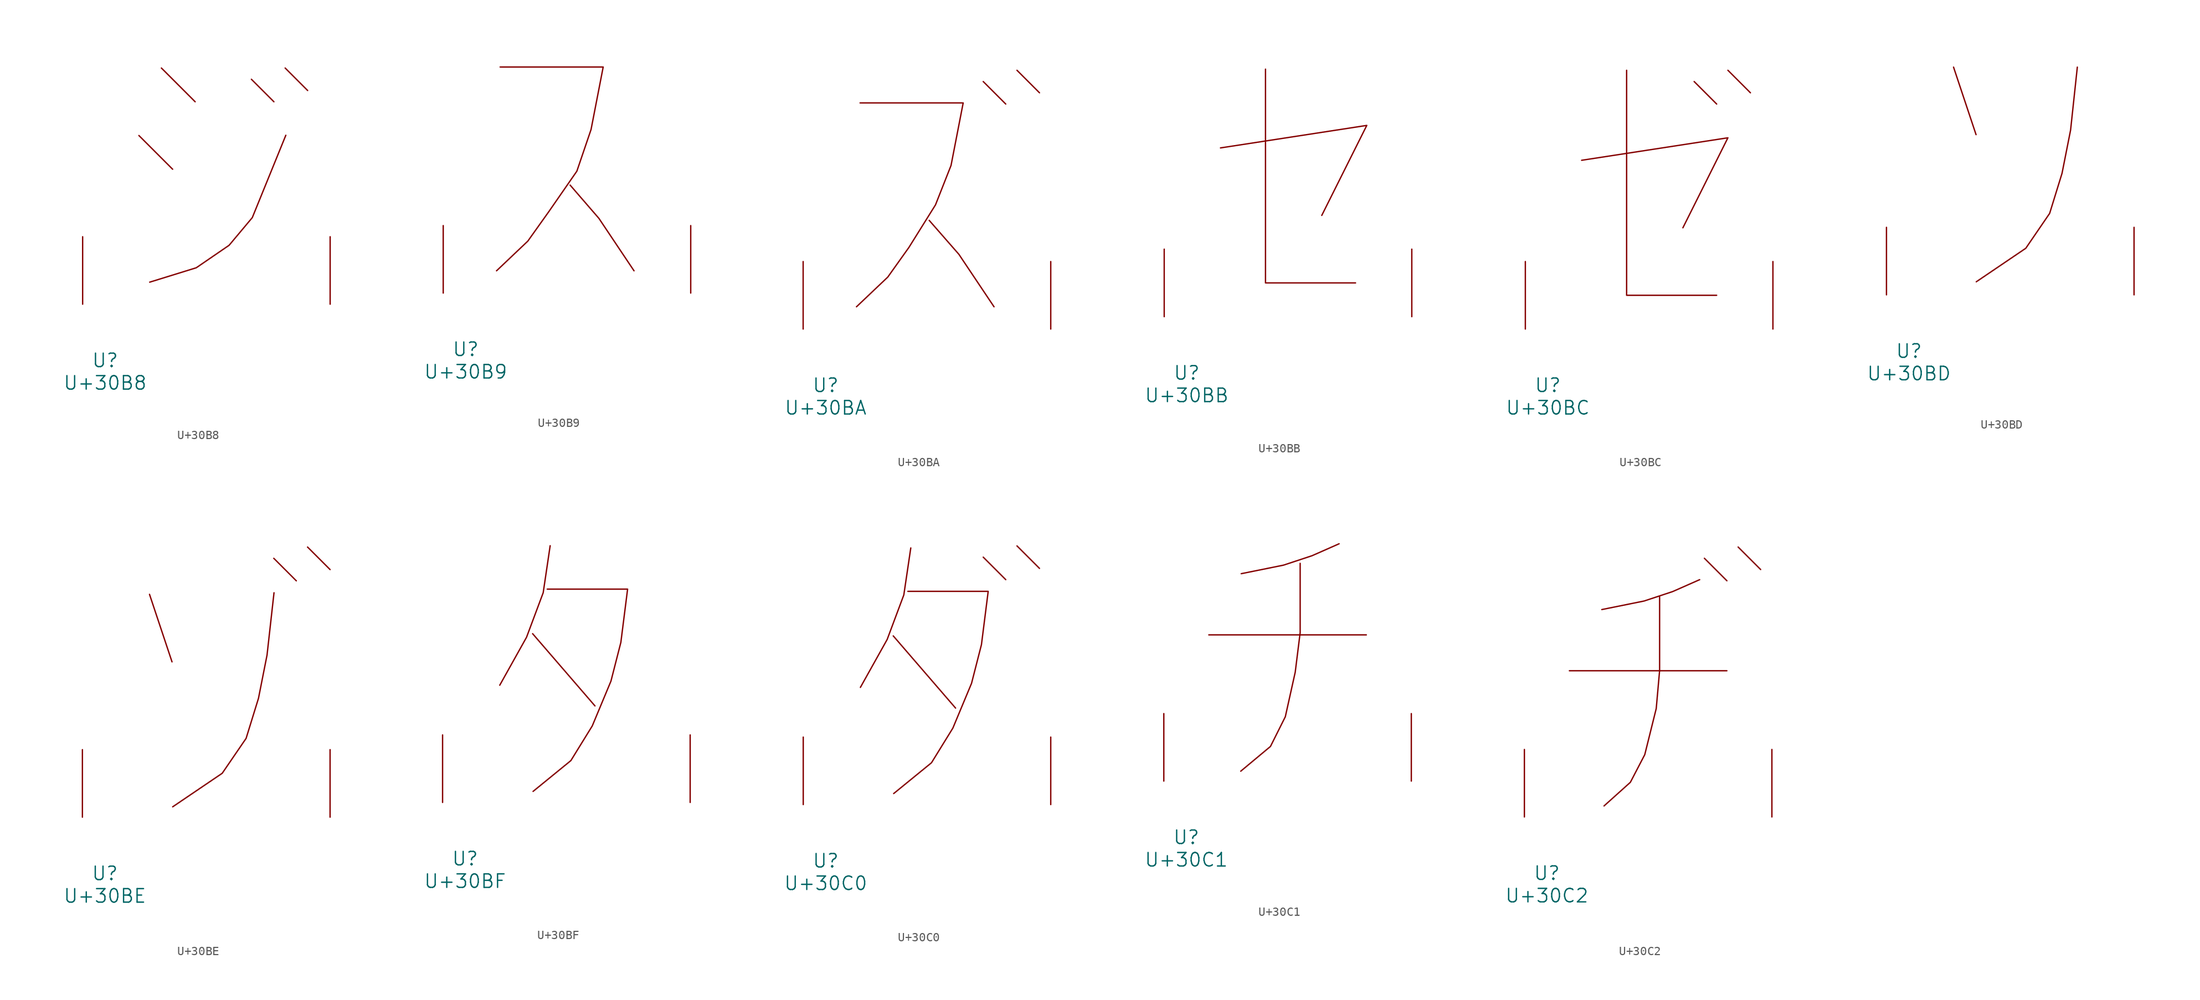
<source format=kicad_sym>
(kicad_symbol_lib
  (version 20231120)
  (generator "kicad_symbol_editor")
  (generator_version "8.0")
  (symbol "U+30B8"
    (pin_names
      (offset 1.016))
    (property "Reference" "U"
      (at 0 -6.35 0)
      (effects (font (size 1.524 1.524))))
    (property "Value" "U+30B8"
      (at 0 -8.89 0)
      (effects (font (size 1.524 1.524))))
    (symbol "U+30B8_0_1"
      (polyline (pts (xy 3.81 19.05) (xy 7.62 15.24)) (stroke (width 0) (type solid)) (fill (type none)))
      (polyline (pts (xy 6.35 26.67) (xy 10.16 22.86)) (stroke (width 0) (type solid)) (fill (type none)))
      (polyline (pts (xy 16.51 25.4) (xy 19.05 22.86)) (stroke (width 0) (type solid)) (fill (type none)))
      (polyline (pts (xy 20.32 26.67) (xy 22.86 24.13)) (stroke (width 0) (type solid)) (fill (type none)))
      (polyline (pts (xy 5.029 2.489) (xy 10.287 4.115) (xy 13.995 6.655) (xy 16.612 9.779) (xy 20.396 19.075)) (stroke (width 0) (type solid)) (fill (type none)))
      (pin input line (at -2.54 0 90) (length 7.62) (name "~" (effects (font (size 1.27 1.27)))) (number "~" (effects (font (size 1.27 1.27)))))
      (pin input line (at 25.4 0 90) (length 7.62) (name "~" (effects (font (size 1.27 1.27)))) (number "~" (effects (font (size 1.27 1.27)))))))
  (symbol "U+30B9"
    (pin_names
      (offset 1.016))
    (property "Reference" "U"
      (at 0 -6.35 0)
      (effects (font (size 1.524 1.524))))
    (property "Value" "U+30B9"
      (at 0 -8.89 0)
      (effects (font (size 1.524 1.524))))
    (symbol "U+30B9_0_1"
      (polyline (pts (xy 11.786 12.192) (xy 15.037 8.433) (xy 18.999 2.515)) (stroke (width 0) (type solid)) (fill (type none)))
      (polyline (pts (xy 3.886 25.527) (xy 15.519 25.527) (xy 14.148 18.466) (xy 12.548 13.767) (xy 9.398 9.22) (xy 7.01 5.867) (xy 3.48 2.515)) (stroke (width 0) (type solid)) (fill (type none)))
      (pin input line (at -2.54 0 90) (length 7.62) (name "~" (effects (font (size 1.27 1.27)))) (number "~" (effects (font (size 1.27 1.27)))))
      (pin input line (at 25.4 0 90) (length 7.62) (name "~" (effects (font (size 1.27 1.27)))) (number "~" (effects (font (size 1.27 1.27)))))))
  (symbol "U+30BA"
    (pin_names
      (offset 1.016))
    (property "Reference" "U"
      (at 0 -6.35 0)
      (effects (font (size 1.524 1.524))))
    (property "Value" "U+30BA"
      (at 0 -8.89 0)
      (effects (font (size 1.524 1.524))))
    (symbol "U+30BA_0_1"
      (polyline (pts (xy 17.78 27.94) (xy 20.32 25.4)) (stroke (width 0) (type solid)) (fill (type none)))
      (polyline (pts (xy 21.59 29.21) (xy 24.13 26.67)) (stroke (width 0) (type solid)) (fill (type none)))
      (polyline (pts (xy 11.684 12.268) (xy 15.037 8.433) (xy 18.999 2.515)) (stroke (width 0) (type solid)) (fill (type none)))
      (polyline (pts (xy 3.886 25.527) (xy 15.519 25.527) (xy 14.148 18.466) (xy 12.395 14.021) (xy 9.398 9.22) (xy 7.01 5.867) (xy 3.48 2.515)) (stroke (width 0) (type solid)) (fill (type none)))
      (pin input line (at -2.54 0 90) (length 7.62) (name "~" (effects (font (size 1.27 1.27)))) (number "~" (effects (font (size 1.27 1.27)))))
      (pin input line (at 25.4 0 90) (length 7.62) (name "~" (effects (font (size 1.27 1.27)))) (number "~" (effects (font (size 1.27 1.27)))))))
  (symbol "U+30BB"
    (pin_names
      (offset 1.016))
    (property "Reference" "U"
      (at 0 -6.35 0)
      (effects (font (size 1.524 1.524))))
    (property "Value" "U+30BB"
      (at 0 -8.89 0)
      (effects (font (size 1.524 1.524))))
    (symbol "U+30BB_0_1"
      (polyline (pts (xy 3.81 19.05) (xy 20.32 21.59) (xy 15.24 11.43)) (stroke (width 0) (type solid)) (fill (type none)))
      (polyline (pts (xy 8.89 27.94) (xy 8.89 3.81) (xy 19.05 3.81)) (stroke (width 0) (type solid)) (fill (type none)))
      (pin input line (at -2.54 0 90) (length 7.62) (name "~" (effects (font (size 1.27 1.27)))) (number "~" (effects (font (size 1.27 1.27)))))
      (pin input line (at 25.4 0 90) (length 7.62) (name "~" (effects (font (size 1.27 1.27)))) (number "~" (effects (font (size 1.27 1.27)))))))
  (symbol "U+30BC"
    (pin_names
      (offset 1.016))
    (property "Reference" "U"
      (at 0 -6.35 0)
      (effects (font (size 1.524 1.524))))
    (property "Value" "U+30BC"
      (at 0 -8.89 0)
      (effects (font (size 1.524 1.524))))
    (symbol "U+30BC_0_1"
      (polyline (pts (xy 16.51 27.94) (xy 19.05 25.4)) (stroke (width 0) (type solid)) (fill (type none)))
      (polyline (pts (xy 20.32 29.21) (xy 22.86 26.67)) (stroke (width 0) (type solid)) (fill (type none)))
      (polyline (pts (xy 3.81 19.05) (xy 20.32 21.59) (xy 15.24 11.43)) (stroke (width 0) (type solid)) (fill (type none)))
      (polyline (pts (xy 8.89 29.21) (xy 8.89 3.81) (xy 19.05 3.81)) (stroke (width 0) (type solid)) (fill (type none)))
      (pin input line (at -2.54 0 90) (length 7.62) (name "~" (effects (font (size 1.27 1.27)))) (number "~" (effects (font (size 1.27 1.27)))))
      (pin input line (at 25.4 0 90) (length 7.62) (name "~" (effects (font (size 1.27 1.27)))) (number "~" (effects (font (size 1.27 1.27)))))))
  (symbol "U+30BD"
    (pin_names
      (offset 1.016))
    (property "Reference" "U"
      (at 0 -6.35 0)
      (effects (font (size 1.524 1.524))))
    (property "Value" "U+30BD"
      (at 0 -8.89 0)
      (effects (font (size 1.524 1.524))))
    (symbol "U+30BD_0_1"
      (polyline (pts (xy 5.029 25.705) (xy 7.569 18.085)) (stroke (width 0) (type solid)) (fill (type none)))
      (polyline (pts (xy 18.999 25.705) (xy 18.237 18.593) (xy 17.272 13.716) (xy 15.875 9.195) (xy 13.183 5.258) (xy 7.595 1.473)) (stroke (width 0) (type solid)) (fill (type none)))
      (pin input line (at -2.54 0 90) (length 7.62) (name "~" (effects (font (size 1.27 1.27)))) (number "~" (effects (font (size 1.27 1.27)))))
      (pin input line (at 25.4 0 90) (length 7.62) (name "~" (effects (font (size 1.27 1.27)))) (number "~" (effects (font (size 1.27 1.27)))))))
  (symbol "U+30BE"
    (pin_names
      (offset 1.016))
    (property "Reference" "U"
      (at 0 -6.35 0)
      (effects (font (size 1.524 1.524))))
    (property "Value" "U+30BE"
      (at 0 -8.89 0)
      (effects (font (size 1.524 1.524))))
    (symbol "U+30BE_0_1"
      (polyline (pts (xy 5.029 25.146) (xy 7.569 17.526)) (stroke (width 0) (type solid)) (fill (type none)))
      (polyline (pts (xy 19.05 29.21) (xy 21.59 26.67)) (stroke (width 0) (type solid)) (fill (type none)))
      (polyline (pts (xy 22.86 30.48) (xy 25.4 27.94)) (stroke (width 0) (type solid)) (fill (type none)))
      (polyline (pts (xy 19.075 25.324) (xy 18.288 18.288) (xy 17.323 13.411) (xy 15.926 8.89) (xy 13.233 4.953) (xy 7.645 1.168)) (stroke (width 0) (type solid)) (fill (type none)))
      (pin input line (at -2.54 0 90) (length 7.62) (name "~" (effects (font (size 1.27 1.27)))) (number "~" (effects (font (size 1.27 1.27)))))
      (pin input line (at 25.4 0 90) (length 7.62) (name "~" (effects (font (size 1.27 1.27)))) (number "~" (effects (font (size 1.27 1.27)))))))
  (symbol "U+30BF"
    (pin_names
      (offset 1.016))
    (property "Reference" "U"
      (at 0 -6.35 0)
      (effects (font (size 1.524 1.524))))
    (property "Value" "U+30BF"
      (at 0 -8.89 0)
      (effects (font (size 1.524 1.524))))
    (symbol "U+30BF_0_1"
      (polyline (pts (xy 7.62 19.05) (xy 14.656 10.897)) (stroke (width 0) (type solid)) (fill (type none)))
      (polyline (pts (xy 9.601 28.981) (xy 8.814 23.673) (xy 6.934 18.644) (xy 3.912 13.233)) (stroke (width 0) (type solid)) (fill (type none)))
      (polyline (pts (xy 9.271 24.079) (xy 18.339 24.079) (xy 17.577 18.059) (xy 16.459 13.691) (xy 14.351 8.636) (xy 11.938 4.724) (xy 7.671 1.245)) (stroke (width 0) (type solid)) (fill (type none)))
      (pin input line (at -2.54 0 90) (length 7.62) (name "~" (effects (font (size 1.27 1.27)))) (number "~" (effects (font (size 1.27 1.27)))))
      (pin input line (at 25.4 0 90) (length 7.62) (name "~" (effects (font (size 1.27 1.27)))) (number "~" (effects (font (size 1.27 1.27)))))))
  (symbol "U+30C0"
    (pin_names
      (offset 1.016))
    (property "Reference" "U"
      (at 0 -6.35 0)
      (effects (font (size 1.524 1.524))))
    (property "Value" "U+30C0"
      (at 0 -8.89 0)
      (effects (font (size 1.524 1.524))))
    (symbol "U+30C0_0_1"
      (polyline (pts (xy 7.62 19.05) (xy 14.656 10.897)) (stroke (width 0) (type solid)) (fill (type none)))
      (polyline (pts (xy 17.78 27.94) (xy 20.32 25.4)) (stroke (width 0) (type solid)) (fill (type none)))
      (polyline (pts (xy 21.59 29.21) (xy 24.13 26.67)) (stroke (width 0) (type solid)) (fill (type none)))
      (polyline (pts (xy 9.601 28.981) (xy 8.814 23.673) (xy 6.934 18.644) (xy 3.912 13.233)) (stroke (width 0) (type solid)) (fill (type none)))
      (polyline (pts (xy 9.271 24.079) (xy 18.339 24.079) (xy 17.577 18.059) (xy 16.459 13.691) (xy 14.351 8.636) (xy 11.938 4.724) (xy 7.671 1.245)) (stroke (width 0) (type solid)) (fill (type none)))
      (pin input line (at -2.54 0 90) (length 7.62) (name "~" (effects (font (size 1.27 1.27)))) (number "~" (effects (font (size 1.27 1.27)))))
      (pin input line (at 25.4 0 90) (length 7.62) (name "~" (effects (font (size 1.27 1.27)))) (number "~" (effects (font (size 1.27 1.27)))))))
  (symbol "U+30C1"
    (pin_names
      (offset 1.016))
    (property "Reference" "U"
      (at 0 -6.35 0)
      (effects (font (size 1.524 1.524))))
    (property "Value" "U+30C1"
      (at 0 -8.89 0)
      (effects (font (size 1.524 1.524))))
    (symbol "U+30C1_0_1"
      (polyline (pts (xy 2.54 16.51) (xy 20.32 16.51)) (stroke (width 0) (type solid)) (fill (type none)))
      (polyline (pts (xy 17.247 26.797) (xy 14.199 25.451) (xy 10.973 24.384) (xy 6.198 23.419)) (stroke (width 0) (type solid)) (fill (type none)))
      (polyline (pts (xy 12.852 24.587) (xy 12.852 16.764) (xy 12.294 12.294) (xy 11.176 7.264) (xy 9.5 3.912) (xy 6.147 1.118)) (stroke (width 0) (type solid)) (fill (type none)))
      (pin input line (at -2.54 0 90) (length 7.62) (name "~" (effects (font (size 1.27 1.27)))) (number "~" (effects (font (size 1.27 1.27)))))
      (pin input line (at 25.4 0 90) (length 7.62) (name "~" (effects (font (size 1.27 1.27)))) (number "~" (effects (font (size 1.27 1.27)))))))
  (symbol "U+30C2"
    (pin_names
      (offset 1.016))
    (property "Reference" "U"
      (at 0 -6.35 0)
      (effects (font (size 1.524 1.524))))
    (property "Value" "U+30C2"
      (at 0 -8.89 0)
      (effects (font (size 1.524 1.524))))
    (symbol "U+30C2_0_1"
      (polyline (pts (xy 2.54 16.51) (xy 20.32 16.51)) (stroke (width 0) (type solid)) (fill (type none)))
      (polyline (pts (xy 17.78 29.21) (xy 20.32 26.67)) (stroke (width 0) (type solid)) (fill (type none)))
      (polyline (pts (xy 21.59 30.48) (xy 24.13 27.94)) (stroke (width 0) (type solid)) (fill (type none)))
      (polyline (pts (xy 17.247 26.797) (xy 14.199 25.451) (xy 10.973 24.384) (xy 6.198 23.419)) (stroke (width 0) (type solid)) (fill (type none)))
      (polyline (pts (xy 12.725 24.841) (xy 12.725 16.535) (xy 12.344 12.243) (xy 11.049 7.036) (xy 9.423 3.912) (xy 6.452 1.245)) (stroke (width 0) (type solid)) (fill (type none)))
      (pin input line (at -2.54 0 90) (length 7.62) (name "~" (effects (font (size 1.27 1.27)))) (number "~" (effects (font (size 1.27 1.27)))))
      (pin input line (at 25.4 0 90) (length 7.62) (name "~" (effects (font (size 1.27 1.27)))) (number "~" (effects (font (size 1.27 1.27))))))))
</source>
